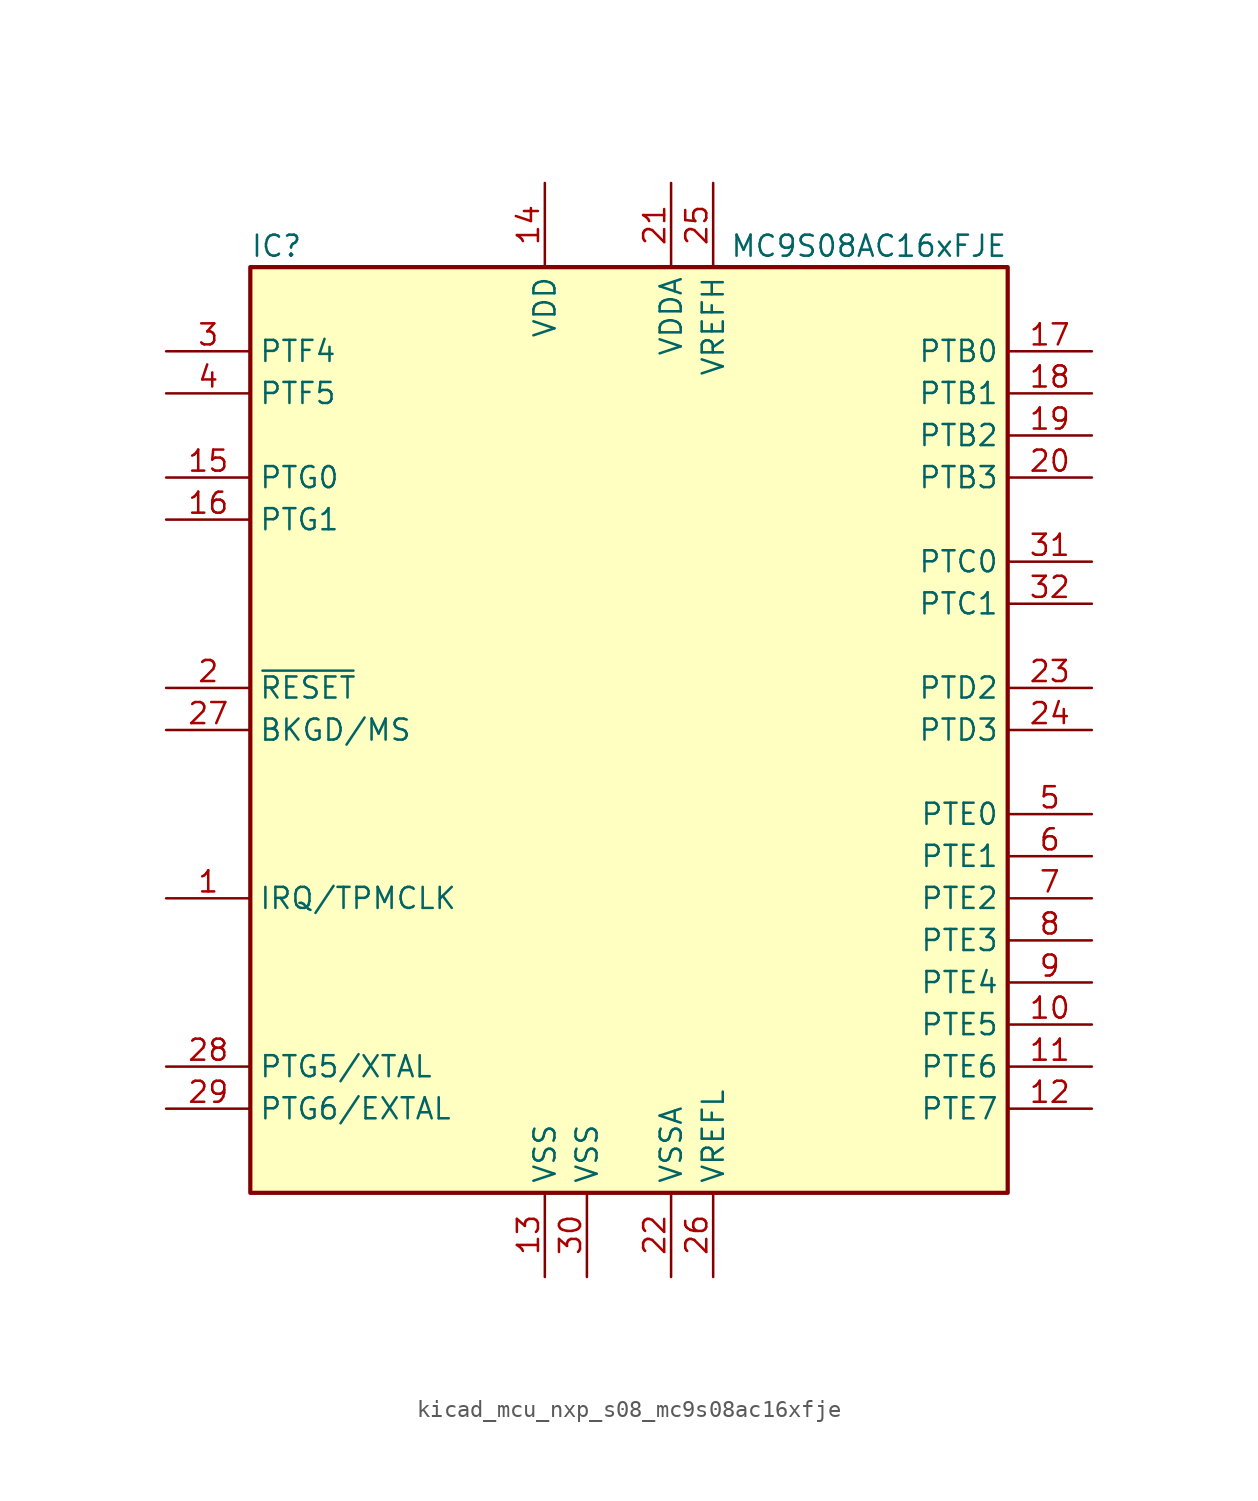
<source format=kicad_sym>
(kicad_symbol_lib
  (version 20220914)
  (generator kicad_symbol_editor)
  (symbol "kicad_mcu_nxp_s08_mc9s08ac16xfje"
    (property "Reference" "IC"
      (at -22.86 29.21 0)
      (effects (font (size 1.27 1.27)) (justify left)))
    (property "Value" "MC9S08AC16xFJE"
      (at 22.86 29.21 0)
      (effects (font (size 1.27 1.27)) (justify right)))
    (symbol "kicad_mcu_nxp_s08_mc9s08ac16xfje_0_1"
      (rectangle (start -22.86 27.94) (end 22.86 -27.94) (stroke (width 0.254) (type default)) (fill (type background))))
    (symbol "kicad_mcu_nxp_s08_mc9s08ac16xfje_1_1"
      (pin input line (at -27.94 -10.16 0) (length 5.08) (name "IRQ/TPMCLK" (effects (font (size 1.27 1.27)))) (number "1" (effects (font (size 1.27 1.27)))))
      (pin bidirectional line (at 27.94 -17.78 180) (length 5.08) (name "PTE5" (effects (font (size 1.27 1.27)))) (number "10" (effects (font (size 1.27 1.27)))))
      (pin bidirectional line (at 27.94 -20.32 180) (length 5.08) (name "PTE6" (effects (font (size 1.27 1.27)))) (number "11" (effects (font (size 1.27 1.27)))))
      (pin bidirectional line (at 27.94 -22.86 180) (length 5.08) (name "PTE7" (effects (font (size 1.27 1.27)))) (number "12" (effects (font (size 1.27 1.27)))))
      (pin power_in line (at -5.08 -33.02 90) (length 5.08) (name "VSS" (effects (font (size 1.27 1.27)))) (number "13" (effects (font (size 1.27 1.27)))))
      (pin power_in line (at -5.08 33.02 270) (length 5.08) (name "VDD" (effects (font (size 1.27 1.27)))) (number "14" (effects (font (size 1.27 1.27)))))
      (pin bidirectional line (at -27.94 15.24 0) (length 5.08) (name "PTG0" (effects (font (size 1.27 1.27)))) (number "15" (effects (font (size 1.27 1.27)))))
      (pin bidirectional line (at -27.94 12.7 0) (length 5.08) (name "PTG1" (effects (font (size 1.27 1.27)))) (number "16" (effects (font (size 1.27 1.27)))))
      (pin bidirectional line (at 27.94 22.86 180) (length 5.08) (name "PTB0" (effects (font (size 1.27 1.27)))) (number "17" (effects (font (size 1.27 1.27)))))
      (pin bidirectional line (at 27.94 20.32 180) (length 5.08) (name "PTB1" (effects (font (size 1.27 1.27)))) (number "18" (effects (font (size 1.27 1.27)))))
      (pin bidirectional line (at 27.94 17.78 180) (length 5.08) (name "PTB2" (effects (font (size 1.27 1.27)))) (number "19" (effects (font (size 1.27 1.27)))))
      (pin input line (at -27.94 2.54 0) (length 5.08) (name "~{RESET}" (effects (font (size 1.27 1.27)))) (number "2" (effects (font (size 1.27 1.27)))))
      (pin bidirectional line (at 27.94 15.24 180) (length 5.08) (name "PTB3" (effects (font (size 1.27 1.27)))) (number "20" (effects (font (size 1.27 1.27)))))
      (pin power_in line (at 2.54 33.02 270) (length 5.08) (name "VDDA" (effects (font (size 1.27 1.27)))) (number "21" (effects (font (size 1.27 1.27)))))
      (pin power_in line (at 2.54 -33.02 90) (length 5.08) (name "VSSA" (effects (font (size 1.27 1.27)))) (number "22" (effects (font (size 1.27 1.27)))))
      (pin bidirectional line (at 27.94 2.54 180) (length 5.08) (name "PTD2" (effects (font (size 1.27 1.27)))) (number "23" (effects (font (size 1.27 1.27)))))
      (pin bidirectional line (at 27.94 0 180) (length 5.08) (name "PTD3" (effects (font (size 1.27 1.27)))) (number "24" (effects (font (size 1.27 1.27)))))
      (pin power_in line (at 5.08 33.02 270) (length 5.08) (name "VREFH" (effects (font (size 1.27 1.27)))) (number "25" (effects (font (size 1.27 1.27)))))
      (pin power_in line (at 5.08 -33.02 90) (length 5.08) (name "VREFL" (effects (font (size 1.27 1.27)))) (number "26" (effects (font (size 1.27 1.27)))))
      (pin bidirectional line (at -27.94 0 0) (length 5.08) (name "BKGD/MS" (effects (font (size 1.27 1.27)))) (number "27" (effects (font (size 1.27 1.27)))))
      (pin bidirectional line (at -27.94 -20.32 0) (length 5.08) (name "PTG5/XTAL" (effects (font (size 1.27 1.27)))) (number "28" (effects (font (size 1.27 1.27)))))
      (pin bidirectional line (at -27.94 -22.86 0) (length 5.08) (name "PTG6/EXTAL" (effects (font (size 1.27 1.27)))) (number "29" (effects (font (size 1.27 1.27)))))
      (pin bidirectional line (at -27.94 22.86 0) (length 5.08) (name "PTF4" (effects (font (size 1.27 1.27)))) (number "3" (effects (font (size 1.27 1.27)))))
      (pin power_in line (at -2.54 -33.02 90) (length 5.08) (name "VSS" (effects (font (size 1.27 1.27)))) (number "30" (effects (font (size 1.27 1.27)))))
      (pin bidirectional line (at 27.94 10.16 180) (length 5.08) (name "PTC0" (effects (font (size 1.27 1.27)))) (number "31" (effects (font (size 1.27 1.27)))))
      (pin bidirectional line (at 27.94 7.62 180) (length 5.08) (name "PTC1" (effects (font (size 1.27 1.27)))) (number "32" (effects (font (size 1.27 1.27)))))
      (pin bidirectional line (at -27.94 20.32 0) (length 5.08) (name "PTF5" (effects (font (size 1.27 1.27)))) (number "4" (effects (font (size 1.27 1.27)))))
      (pin bidirectional line (at 27.94 -5.08 180) (length 5.08) (name "PTE0" (effects (font (size 1.27 1.27)))) (number "5" (effects (font (size 1.27 1.27)))))
      (pin bidirectional line (at 27.94 -7.62 180) (length 5.08) (name "PTE1" (effects (font (size 1.27 1.27)))) (number "6" (effects (font (size 1.27 1.27)))))
      (pin bidirectional line (at 27.94 -10.16 180) (length 5.08) (name "PTE2" (effects (font (size 1.27 1.27)))) (number "7" (effects (font (size 1.27 1.27)))))
      (pin bidirectional line (at 27.94 -12.7 180) (length 5.08) (name "PTE3" (effects (font (size 1.27 1.27)))) (number "8" (effects (font (size 1.27 1.27)))))
      (pin bidirectional line (at 27.94 -15.24 180) (length 5.08) (name "PTE4" (effects (font (size 1.27 1.27)))) (number "9" (effects (font (size 1.27 1.27))))))))
</source>
